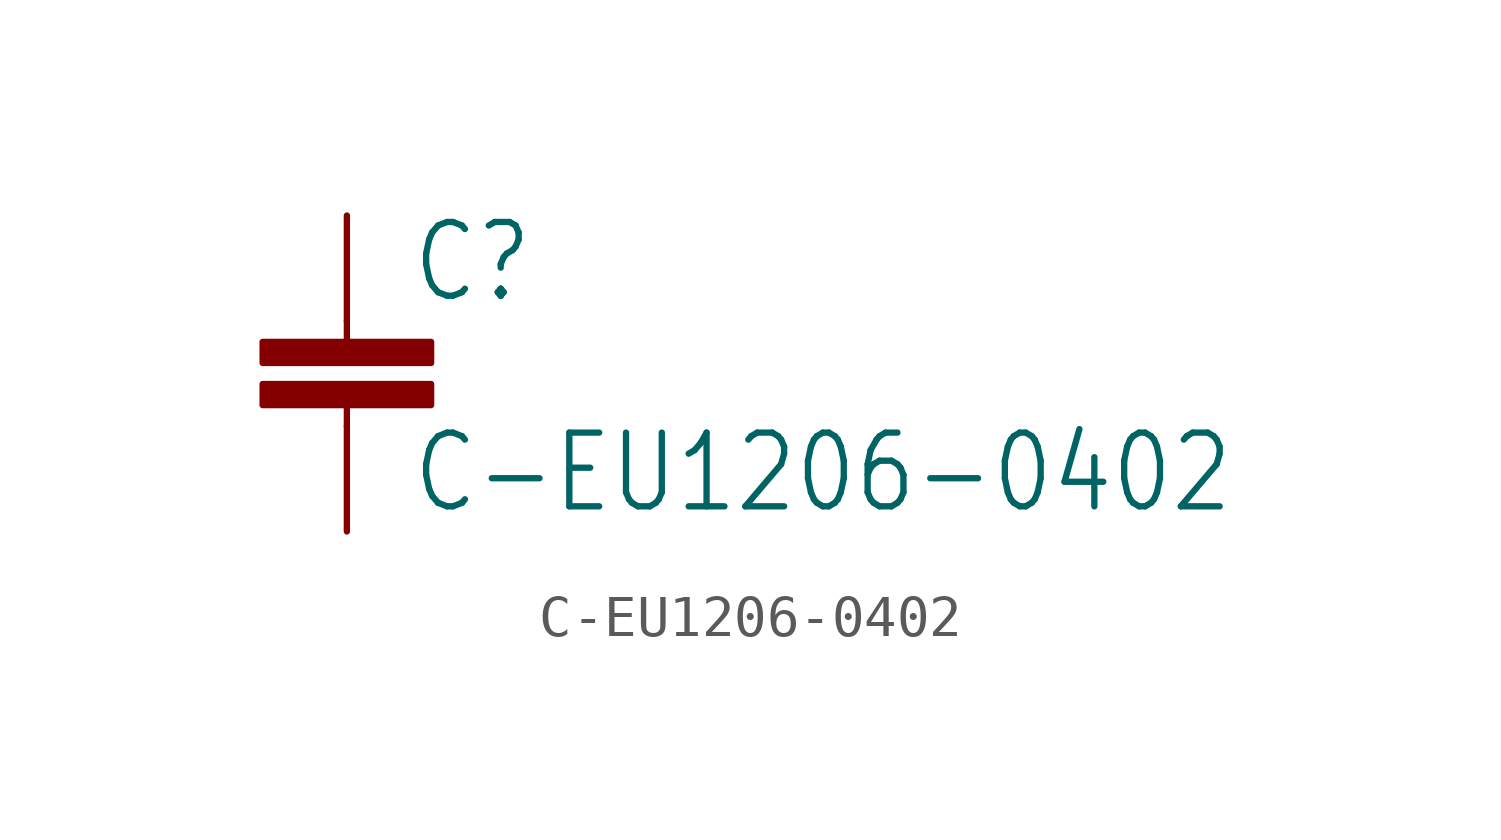
<source format=kicad_sym>
(kicad_symbol_lib
  (version 20211014)
  (generator kicad_symbol_editor)
  (symbol "C-EU1206-0402"
    (property "Reference" "C"
      (at 1.524 0.381 0)
      (effects (font (size 1.778 1.511)) (justify left bottom)))
    (property "Value" "C-EU1206-0402"
      (at 1.524 -4.699 0)
      (effects (font (size 1.778 1.511)) (justify left bottom)))
    (property "ki_locked" ""
      (at 0 0 0)
      (effects (font (size 1.27 1.27))))
    (symbol "C-EU1206-0402_1_0"
      (rectangle (start -2.032 -2.032) (end 2.032 -1.524) (stroke (width 0) (type default) (color 0 0 0 0)) (fill (type outline)))
      (rectangle (start -2.032 -1.016) (end 2.032 -0.508) (stroke (width 0) (type default) (color 0 0 0 0)) (fill (type outline)))
      (polyline (pts (xy 0 -2.54) (xy 0 -2.032)) (stroke (width 0.152) (type default) (color 0 0 0 0)) (fill (type none)))
      (polyline (pts (xy 0 0) (xy 0 -0.508)) (stroke (width 0.152) (type default) (color 0 0 0 0)) (fill (type none)))
      (pin passive line (at 0 2.54 270) (length 2.54) (name "1" (effects (font (size 0 0)))) (number "1" (effects (font (size 0 0)))))
      (pin passive line (at 0 -5.08 90) (length 2.54) (name "2" (effects (font (size 0 0)))) (number "2" (effects (font (size 0 0))))))))
</source>
